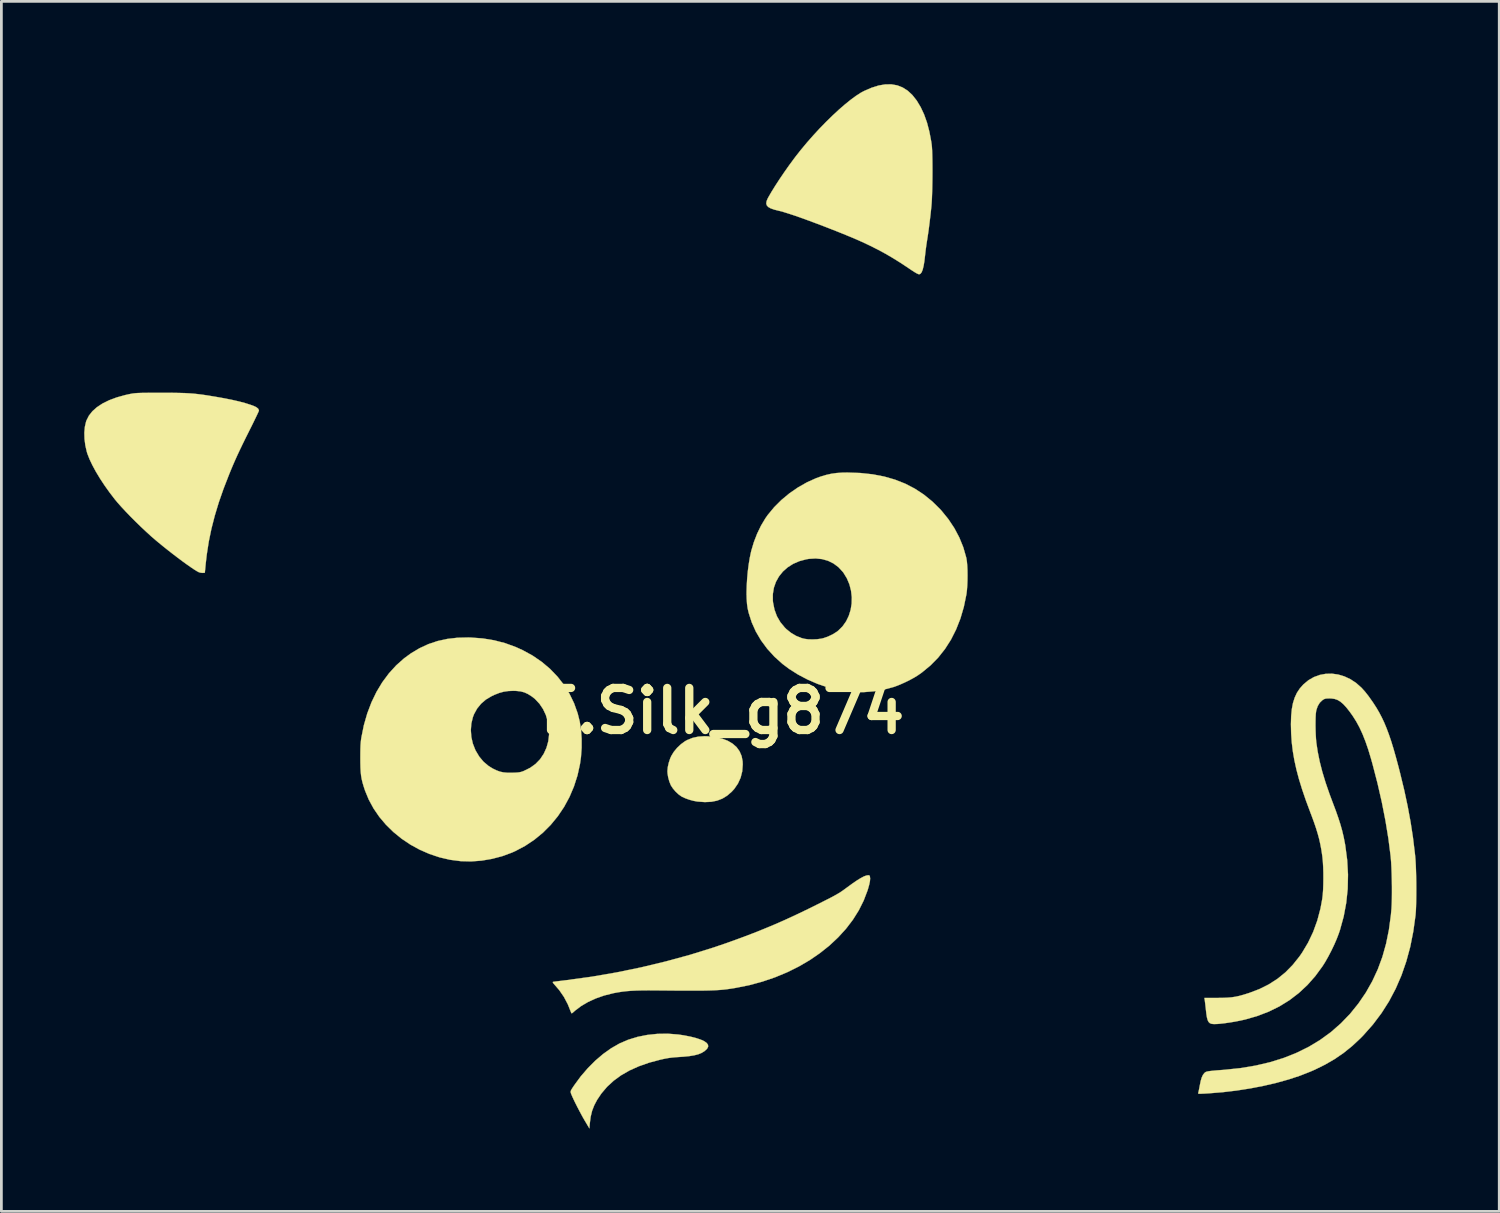
<source format=kicad_pcb>
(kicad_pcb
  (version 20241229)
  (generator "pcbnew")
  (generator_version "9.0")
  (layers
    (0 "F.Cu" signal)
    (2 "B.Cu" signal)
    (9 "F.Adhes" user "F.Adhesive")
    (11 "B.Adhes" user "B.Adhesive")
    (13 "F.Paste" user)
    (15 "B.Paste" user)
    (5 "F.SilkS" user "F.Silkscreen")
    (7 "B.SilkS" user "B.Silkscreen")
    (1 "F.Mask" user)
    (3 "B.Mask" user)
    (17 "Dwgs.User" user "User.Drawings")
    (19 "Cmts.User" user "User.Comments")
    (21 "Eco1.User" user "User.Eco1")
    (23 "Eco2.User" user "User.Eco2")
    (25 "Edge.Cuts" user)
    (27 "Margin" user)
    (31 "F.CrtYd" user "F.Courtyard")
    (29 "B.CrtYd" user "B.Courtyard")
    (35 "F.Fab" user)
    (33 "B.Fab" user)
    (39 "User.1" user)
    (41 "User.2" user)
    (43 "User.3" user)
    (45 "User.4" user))
  (footprint "F.Silk_g874"
    (layer "F.Cu")
    (at 23.113 22.702)
    (property "Reference" "F.Silk_g874" (at 0 0 0) (layer "F.SilkS") (effects (font (size 1.524 1.524) (thickness 0.3))))
    (attr through_hole)
    (fp_poly (pts (xy -0.519 0.918) (xy -0.249 0.946) (xy -0.01 1.001) (xy 0.198 1.08) (xy 0.373 1.184) (xy 0.516 1.31) (xy 0.624 1.46) (xy 0.698 1.631) (xy 0.735 1.824) (xy 0.74 1.935) (xy 0.721 2.184) (xy 0.663 2.415) (xy 0.566 2.628) (xy 0.432 2.823) (xy 0.338 2.926) (xy 0.176 3.066) (xy 0.002 3.173) (xy -0.189 3.247) (xy -0.399 3.289) (xy -0.633 3.3) (xy -0.893 3.281) (xy -0.917 3.278) (xy -1.055 3.252) (xy -1.204 3.211) (xy -1.347 3.159) (xy -1.467 3.103) (xy -1.479 3.096) (xy -1.586 3.02) (xy -1.693 2.92) (xy -1.789 2.807) (xy -1.861 2.697) (xy -1.869 2.681) (xy -1.921 2.551) (xy -1.961 2.405) (xy -1.984 2.261) (xy -1.989 2.18) (xy -1.976 2.035) (xy -1.94 1.874) (xy -1.886 1.713) (xy -1.849 1.63) (xy -1.759 1.482) (xy -1.639 1.336) (xy -1.499 1.204) (xy -1.351 1.096) (xy -1.27 1.051) (xy -1.077 0.974) (xy -0.87 0.929) (xy -0.642 0.914) (xy -0.519 0.918)) (stroke (width 0.01) (type solid)) (fill yes) (layer "F.SilkS"))
    (fp_poly (pts (xy -1.6 11.718) (xy -1.398 11.748) (xy -1.152 11.796) (xy -0.945 11.849) (xy -0.778 11.905) (xy -0.651 11.964) (xy -0.564 12.027) (xy -0.518 12.093) (xy -0.514 12.161) (xy -0.551 12.232) (xy -0.566 12.249) (xy -0.65 12.324) (xy -0.75 12.385) (xy -0.871 12.434) (xy -1.019 12.472) (xy -1.197 12.501) (xy -1.41 12.522) (xy -1.527 12.53) (xy -1.694 12.541) (xy -1.832 12.554) (xy -1.957 12.571) (xy -2.084 12.594) (xy -2.226 12.625) (xy -2.239 12.628) (xy -2.649 12.737) (xy -3.022 12.868) (xy -3.361 13.02) (xy -3.665 13.194) (xy -3.935 13.391) (xy -4.174 13.611) (xy -4.381 13.855) (xy -4.533 14.081) (xy -4.639 14.281) (xy -4.717 14.482) (xy -4.769 14.697) (xy -4.8 14.936) (xy -4.815 15.119) (xy -4.978 14.846) (xy -5.041 14.737) (xy -5.111 14.609) (xy -5.184 14.472) (xy -5.257 14.332) (xy -5.326 14.195) (xy -5.387 14.07) (xy -5.436 13.962) (xy -5.471 13.88) (xy -5.485 13.843) (xy -5.493 13.809) (xy -5.493 13.779) (xy -5.482 13.744) (xy -5.456 13.696) (xy -5.411 13.627) (xy -5.364 13.557) (xy -5.128 13.235) (xy -4.871 12.937) (xy -4.599 12.664) (xy -4.315 12.422) (xy -4.024 12.215) (xy -3.729 12.046) (xy -3.726 12.044) (xy -3.413 11.909) (xy -3.076 11.805) (xy -2.721 11.734) (xy -2.353 11.695) (xy -1.977 11.689) (xy -1.6 11.718)) (stroke (width 0.01) (type solid)) (fill yes) (layer "F.SilkS"))
    (fp_poly (pts (xy 6.336 -22.66) (xy 6.532 -22.583) (xy 6.713 -22.468) (xy 6.881 -22.312) (xy 7.035 -22.118) (xy 7.043 -22.107) (xy 7.187 -21.867) (xy 7.31 -21.602) (xy 7.414 -21.309) (xy 7.499 -20.983) (xy 7.567 -20.623) (xy 7.582 -20.521) (xy 7.591 -20.431) (xy 7.599 -20.305) (xy 7.604 -20.149) (xy 7.608 -19.968) (xy 7.61 -19.77) (xy 7.611 -19.559) (xy 7.61 -19.343) (xy 7.607 -19.127) (xy 7.603 -18.917) (xy 7.597 -18.72) (xy 7.59 -18.541) (xy 7.581 -18.386) (xy 7.571 -18.267) (xy 7.541 -17.985) (xy 7.508 -17.704) (xy 7.474 -17.434) (xy 7.438 -17.187) (xy 7.408 -16.997) (xy 7.388 -16.865) (xy 7.368 -16.716) (xy 7.351 -16.573) (xy 7.344 -16.51) (xy 7.319 -16.294) (xy 7.29 -16.12) (xy 7.257 -15.986) (xy 7.219 -15.891) (xy 7.175 -15.835) (xy 7.133 -15.817) (xy 7.099 -15.824) (xy 7.042 -15.85) (xy 6.96 -15.898) (xy 6.849 -15.97) (xy 6.752 -16.035) (xy 6.47 -16.223) (xy 6.194 -16.395) (xy 5.92 -16.556) (xy 5.639 -16.708) (xy 5.347 -16.855) (xy 5.036 -17.001) (xy 4.699 -17.148) (xy 4.331 -17.299) (xy 4.149 -17.372) (xy 3.789 -17.513) (xy 3.454 -17.641) (xy 3.146 -17.756) (xy 2.867 -17.857) (xy 2.62 -17.944) (xy 2.404 -18.015) (xy 2.224 -18.071) (xy 2.079 -18.11) (xy 2.043 -18.119) (xy 1.876 -18.161) (xy 1.75 -18.206) (xy 1.662 -18.256) (xy 1.61 -18.315) (xy 1.591 -18.384) (xy 1.604 -18.468) (xy 1.646 -18.568) (xy 1.665 -18.603) (xy 1.781 -18.804) (xy 1.92 -19.028) (xy 2.077 -19.269) (xy 2.245 -19.517) (xy 2.42 -19.765) (xy 2.596 -20.004) (xy 2.642 -20.066) (xy 2.847 -20.326) (xy 3.064 -20.587) (xy 3.29 -20.844) (xy 3.521 -21.095) (xy 3.755 -21.335) (xy 3.988 -21.563) (xy 4.216 -21.775) (xy 4.437 -21.967) (xy 4.646 -22.136) (xy 4.84 -22.279) (xy 5.016 -22.393) (xy 5.13 -22.454) (xy 5.403 -22.573) (xy 5.66 -22.654) (xy 5.9 -22.695) (xy 6.126 -22.697) (xy 6.336 -22.66)) (stroke (width 0.01) (type solid)) (fill yes) (layer "F.SilkS"))
    (fp_poly (pts (xy -20.068 -11.524) (xy -19.841 -11.523) (xy -19.643 -11.519) (xy -19.467 -11.514) (xy -19.306 -11.505) (xy -19.154 -11.494) (xy -19.005 -11.478) (xy -18.85 -11.459) (xy -18.684 -11.435) (xy -18.5 -11.405) (xy -18.383 -11.386) (xy -18.049 -11.327) (xy -17.754 -11.268) (xy -17.496 -11.209) (xy -17.271 -11.148) (xy -17.077 -11.086) (xy -16.99 -11.055) (xy -16.883 -11.005) (xy -16.816 -10.954) (xy -16.787 -10.899) (xy -16.785 -10.879) (xy -16.794 -10.853) (xy -16.821 -10.794) (xy -16.862 -10.706) (xy -16.916 -10.594) (xy -16.98 -10.462) (xy -17.052 -10.316) (xy -17.12 -10.18) (xy -17.252 -9.917) (xy -17.366 -9.685) (xy -17.467 -9.475) (xy -17.558 -9.282) (xy -17.641 -9.098) (xy -17.721 -8.915) (xy -17.8 -8.728) (xy -17.859 -8.583) (xy -18.063 -8.059) (xy -18.238 -7.558) (xy -18.384 -7.075) (xy -18.505 -6.603) (xy -18.601 -6.138) (xy -18.673 -5.673) (xy -18.71 -5.355) (xy -18.744 -5.006) (xy -18.818 -5.001) (xy -18.891 -5.007) (xy -18.96 -5.026) (xy -19.032 -5.064) (xy -19.132 -5.126) (xy -19.256 -5.21) (xy -19.4 -5.311) (xy -19.559 -5.426) (xy -19.73 -5.554) (xy -19.908 -5.69) (xy -20.089 -5.831) (xy -20.269 -5.975) (xy -20.443 -6.118) (xy -20.521 -6.183) (xy -20.688 -6.327) (xy -20.867 -6.491) (xy -21.055 -6.667) (xy -21.244 -6.851) (xy -21.429 -7.036) (xy -21.604 -7.217) (xy -21.763 -7.388) (xy -21.9 -7.542) (xy -22 -7.662) (xy -22.194 -7.915) (xy -22.375 -8.169) (xy -22.541 -8.421) (xy -22.689 -8.666) (xy -22.815 -8.899) (xy -22.918 -9.115) (xy -22.994 -9.308) (xy -23.019 -9.387) (xy -23.072 -9.62) (xy -23.102 -9.854) (xy -23.108 -10.081) (xy -23.089 -10.293) (xy -23.046 -10.48) (xy -23.03 -10.525) (xy -22.942 -10.698) (xy -22.815 -10.858) (xy -22.65 -11.005) (xy -22.447 -11.138) (xy -22.21 -11.255) (xy -21.937 -11.357) (xy -21.632 -11.442) (xy -21.484 -11.475) (xy -21.423 -11.487) (xy -21.367 -11.497) (xy -21.311 -11.505) (xy -21.25 -11.511) (xy -21.179 -11.516) (xy -21.094 -11.519) (xy -20.989 -11.522) (xy -20.86 -11.523) (xy -20.703 -11.524) (xy -20.512 -11.525) (xy -20.331 -11.525) (xy -20.068 -11.524)) (stroke (width 0.01) (type solid)) (fill yes) (layer "F.SilkS"))
    (fp_poly (pts (xy 5.33 5.959) (xy 5.344 5.991) (xy 5.346 6) (xy 5.354 6.073) (xy 5.345 6.17) (xy 5.319 6.294) (xy 5.275 6.45) (xy 5.26 6.499) (xy 5.12 6.866) (xy 4.942 7.222) (xy 4.727 7.564) (xy 4.477 7.891) (xy 4.193 8.202) (xy 3.879 8.496) (xy 3.535 8.77) (xy 3.165 9.024) (xy 2.769 9.255) (xy 2.35 9.463) (xy 1.91 9.646) (xy 1.452 9.802) (xy 0.976 9.931) (xy 0.485 10.029) (xy 0.476 10.031) (xy 0.365 10.049) (xy 0.26 10.065) (xy 0.158 10.079) (xy 0.056 10.091) (xy -0.05 10.101) (xy -0.163 10.109) (xy -0.286 10.116) (xy -0.422 10.121) (xy -0.574 10.125) (xy -0.746 10.128) (xy -0.941 10.129) (xy -1.161 10.129) (xy -1.411 10.129) (xy -1.694 10.127) (xy -2.012 10.124) (xy -2.369 10.121) (xy -2.402 10.121) (xy -2.674 10.119) (xy -2.91 10.121) (xy -3.117 10.126) (xy -3.3 10.135) (xy -3.466 10.148) (xy -3.623 10.166) (xy -3.775 10.19) (xy -3.929 10.218) (xy -3.96 10.225) (xy -4.281 10.306) (xy -4.584 10.412) (xy -4.864 10.54) (xy -5.115 10.688) (xy -5.333 10.853) (xy -5.371 10.887) (xy -5.422 10.932) (xy -5.451 10.95) (xy -5.467 10.945) (xy -5.474 10.93) (xy -5.595 10.627) (xy -5.738 10.356) (xy -5.905 10.113) (xy -6.06 9.933) (xy -6.118 9.867) (xy -6.141 9.827) (xy -6.136 9.813) (xy -6.107 9.808) (xy -6.043 9.799) (xy -5.949 9.787) (xy -5.833 9.773) (xy -5.7 9.756) (xy -5.633 9.748) (xy -4.741 9.626) (xy -3.841 9.471) (xy -2.94 9.286) (xy -2.046 9.071) (xy -1.167 8.831) (xy -0.312 8.565) (xy 0.182 8.396) (xy 0.644 8.229) (xy 1.076 8.066) (xy 1.488 7.902) (xy 1.889 7.735) (xy 2.289 7.559) (xy 2.697 7.37) (xy 3.124 7.165) (xy 3.45 7.003) (xy 3.643 6.906) (xy 3.803 6.825) (xy 3.936 6.757) (xy 4.046 6.698) (xy 4.139 6.646) (xy 4.22 6.598) (xy 4.295 6.551) (xy 4.368 6.501) (xy 4.444 6.446) (xy 4.525 6.386) (xy 4.719 6.245) (xy 4.883 6.133) (xy 5.02 6.049) (xy 5.131 5.991) (xy 5.218 5.96) (xy 5.247 5.954) (xy 5.302 5.949) (xy 5.33 5.959)) (stroke (width 0.01) (type solid)) (fill yes) (layer "F.SilkS"))
    (fp_poly (pts (xy -9.112 -2.66) (xy -8.678 -2.628) (xy -8.265 -2.56) (xy -7.868 -2.457) (xy -7.481 -2.316) (xy -7.226 -2.2) (xy -6.869 -2.004) (xy -6.54 -1.778) (xy -6.24 -1.525) (xy -5.972 -1.246) (xy -5.736 -0.945) (xy -5.535 -0.621) (xy -5.369 -0.277) (xy -5.24 0.084) (xy -5.166 0.378) (xy -5.119 0.678) (xy -5.096 1.001) (xy -5.096 1.335) (xy -5.12 1.669) (xy -5.155 1.919) (xy -5.246 2.334) (xy -5.374 2.733) (xy -5.536 3.114) (xy -5.731 3.474) (xy -5.958 3.811) (xy -6.214 4.123) (xy -6.497 4.407) (xy -6.807 4.662) (xy -7.141 4.885) (xy -7.497 5.074) (xy -7.62 5.129) (xy -7.976 5.26) (xy -8.347 5.357) (xy -8.724 5.421) (xy -9.101 5.449) (xy -9.467 5.44) (xy -9.476 5.439) (xy -9.863 5.389) (xy -10.241 5.301) (xy -10.609 5.178) (xy -10.964 5.023) (xy -11.301 4.838) (xy -11.619 4.624) (xy -11.914 4.384) (xy -12.183 4.12) (xy -12.424 3.835) (xy -12.633 3.53) (xy -12.808 3.207) (xy -12.942 2.882) (xy -12.992 2.73) (xy -13.032 2.594) (xy -13.062 2.468) (xy -13.084 2.34) (xy -13.098 2.204) (xy -13.107 2.049) (xy -13.111 1.867) (xy -13.112 1.714) (xy -13.111 1.525) (xy -13.109 1.37) (xy -13.104 1.242) (xy -13.096 1.133) (xy -13.085 1.035) (xy -13.074 0.963) (xy -13.02 0.696) (xy -9.109 0.696) (xy -9.091 0.942) (xy -9.036 1.184) (xy -8.945 1.415) (xy -8.938 1.429) (xy -8.807 1.649) (xy -8.65 1.837) (xy -8.466 1.993) (xy -8.312 2.087) (xy -8.179 2.151) (xy -8.057 2.196) (xy -7.934 2.223) (xy -7.797 2.236) (xy -7.632 2.237) (xy -7.609 2.237) (xy -7.49 2.233) (xy -7.401 2.227) (xy -7.332 2.217) (xy -7.271 2.202) (xy -7.207 2.179) (xy -7.186 2.17) (xy -6.96 2.058) (xy -6.765 1.918) (xy -6.601 1.749) (xy -6.469 1.551) (xy -6.37 1.334) (xy -6.304 1.098) (xy -6.275 0.856) (xy -6.281 0.613) (xy -6.32 0.375) (xy -6.392 0.146) (xy -6.493 -0.069) (xy -6.624 -0.263) (xy -6.781 -0.431) (xy -6.903 -0.528) (xy -7.04 -0.614) (xy -7.17 -0.674) (xy -7.307 -0.71) (xy -7.464 -0.727) (xy -7.578 -0.73) (xy -7.757 -0.722) (xy -7.92 -0.698) (xy -8.08 -0.654) (xy -8.251 -0.587) (xy -8.357 -0.537) (xy -8.56 -0.417) (xy -8.736 -0.266) (xy -8.881 -0.089) (xy -8.992 0.112) (xy -9.035 0.224) (xy -9.091 0.454) (xy -9.109 0.696) (xy -13.02 0.696) (xy -12.983 0.513) (xy -12.86 0.086) (xy -12.707 -0.316) (xy -12.525 -0.693) (xy -12.315 -1.042) (xy -12.077 -1.362) (xy -11.813 -1.652) (xy -11.524 -1.909) (xy -11.281 -2.086) (xy -10.97 -2.272) (xy -10.649 -2.421) (xy -10.314 -2.533) (xy -9.963 -2.61) (xy -9.591 -2.653) (xy -9.196 -2.662) (xy -9.112 -2.66)) (stroke (width 0.01) (type solid)) (fill yes) (layer "F.SilkS"))
    (fp_poly (pts (xy 4.999 -8.62) (xy 5.444 -8.572) (xy 5.862 -8.492) (xy 6.255 -8.379) (xy 6.625 -8.233) (xy 6.972 -8.053) (xy 7.299 -7.838) (xy 7.605 -7.589) (xy 7.893 -7.305) (xy 7.935 -7.259) (xy 8.186 -6.95) (xy 8.403 -6.624) (xy 8.584 -6.282) (xy 8.727 -5.931) (xy 8.83 -5.572) (xy 8.841 -5.524) (xy 8.858 -5.412) (xy 8.871 -5.266) (xy 8.879 -5.098) (xy 8.881 -4.916) (xy 8.879 -4.73) (xy 8.872 -4.549) (xy 8.86 -4.383) (xy 8.843 -4.241) (xy 8.84 -4.223) (xy 8.748 -3.773) (xy 8.624 -3.35) (xy 8.468 -2.954) (xy 8.282 -2.585) (xy 8.064 -2.244) (xy 7.816 -1.931) (xy 7.537 -1.648) (xy 7.229 -1.394) (xy 7.085 -1.293) (xy 6.952 -1.211) (xy 6.791 -1.123) (xy 6.616 -1.037) (xy 6.44 -0.958) (xy 6.277 -0.894) (xy 6.205 -0.869) (xy 5.857 -0.775) (xy 5.49 -0.712) (xy 5.116 -0.682) (xy 4.747 -0.685) (xy 4.542 -0.702) (xy 4.183 -0.761) (xy 3.816 -0.856) (xy 3.448 -0.982) (xy 3.088 -1.138) (xy 2.744 -1.319) (xy 2.423 -1.522) (xy 2.18 -1.704) (xy 1.887 -1.968) (xy 1.627 -2.253) (xy 1.403 -2.556) (xy 1.215 -2.875) (xy 1.066 -3.208) (xy 0.955 -3.552) (xy 0.917 -3.717) (xy 0.894 -3.881) (xy 0.881 -4.078) (xy 0.878 -4.235) (xy 1.829 -4.235) (xy 1.83 -3.994) (xy 1.837 -3.929) (xy 1.889 -3.67) (xy 1.977 -3.432) (xy 2.102 -3.216) (xy 2.264 -3.02) (xy 2.315 -2.969) (xy 2.486 -2.831) (xy 2.675 -2.719) (xy 2.873 -2.64) (xy 2.974 -2.614) (xy 3.11 -2.596) (xy 3.268 -2.592) (xy 3.431 -2.599) (xy 3.582 -2.619) (xy 3.651 -2.635) (xy 3.82 -2.692) (xy 3.989 -2.772) (xy 4.141 -2.866) (xy 4.196 -2.908) (xy 4.354 -3.064) (xy 4.482 -3.245) (xy 4.58 -3.447) (xy 4.648 -3.664) (xy 4.684 -3.891) (xy 4.689 -4.124) (xy 4.662 -4.356) (xy 4.604 -4.584) (xy 4.512 -4.803) (xy 4.388 -5.006) (xy 4.361 -5.041) (xy 4.206 -5.209) (xy 4.028 -5.342) (xy 3.83 -5.44) (xy 3.614 -5.501) (xy 3.382 -5.525) (xy 3.138 -5.51) (xy 3.045 -5.495) (xy 2.793 -5.428) (xy 2.566 -5.33) (xy 2.366 -5.203) (xy 2.193 -5.05) (xy 2.052 -4.874) (xy 1.942 -4.678) (xy 1.867 -4.464) (xy 1.829 -4.235) (xy 0.878 -4.235) (xy 0.877 -4.301) (xy 0.884 -4.543) (xy 0.899 -4.795) (xy 0.922 -5.051) (xy 0.954 -5.302) (xy 0.993 -5.542) (xy 1.04 -5.764) (xy 1.049 -5.803) (xy 1.142 -6.115) (xy 1.261 -6.422) (xy 1.402 -6.714) (xy 1.56 -6.979) (xy 1.646 -7.101) (xy 1.878 -7.381) (xy 2.142 -7.644) (xy 2.432 -7.885) (xy 2.743 -8.099) (xy 3.067 -8.283) (xy 3.398 -8.432) (xy 3.554 -8.488) (xy 3.756 -8.549) (xy 3.946 -8.592) (xy 4.138 -8.619) (xy 4.347 -8.633) (xy 4.528 -8.636) (xy 4.999 -8.62)) (stroke (width 0.01) (type solid)) (fill yes) (layer "F.SilkS"))
    (fp_poly (pts (xy 22.307 -1.32) (xy 22.531 -1.253) (xy 22.749 -1.151) (xy 22.957 -1.014) (xy 23.151 -0.842) (xy 23.16 -0.832) (xy 23.281 -0.697) (xy 23.411 -0.531) (xy 23.553 -0.33) (xy 23.582 -0.287) (xy 23.691 -0.118) (xy 23.792 0.055) (xy 23.886 0.234) (xy 23.976 0.425) (xy 24.061 0.631) (xy 24.145 0.855) (xy 24.229 1.103) (xy 24.313 1.378) (xy 24.4 1.685) (xy 24.492 2.026) (xy 24.55 2.254) (xy 24.698 2.865) (xy 24.823 3.45) (xy 24.928 4.017) (xy 25.014 4.575) (xy 25.082 5.133) (xy 25.097 5.271) (xy 25.108 5.413) (xy 25.118 5.587) (xy 25.125 5.786) (xy 25.131 6.001) (xy 25.135 6.226) (xy 25.136 6.454) (xy 25.135 6.677) (xy 25.132 6.888) (xy 25.127 7.08) (xy 25.12 7.245) (xy 25.11 7.377) (xy 25.108 7.398) (xy 25.027 7.984) (xy 24.916 8.543) (xy 24.772 9.074) (xy 24.597 9.579) (xy 24.389 10.058) (xy 24.149 10.513) (xy 23.875 10.944) (xy 23.568 11.352) (xy 23.227 11.738) (xy 23.109 11.859) (xy 22.812 12.136) (xy 22.505 12.384) (xy 22.181 12.606) (xy 21.833 12.808) (xy 21.454 12.995) (xy 21.304 13.06) (xy 20.928 13.208) (xy 20.517 13.344) (xy 20.076 13.467) (xy 19.61 13.576) (xy 19.126 13.67) (xy 18.628 13.748) (xy 18.123 13.808) (xy 17.616 13.849) (xy 17.491 13.857) (xy 17.381 13.862) (xy 17.306 13.865) (xy 17.261 13.863) (xy 17.239 13.857) (xy 17.234 13.846) (xy 17.238 13.831) (xy 17.248 13.794) (xy 17.263 13.726) (xy 17.28 13.637) (xy 17.294 13.563) (xy 17.327 13.401) (xy 17.364 13.275) (xy 17.408 13.181) (xy 17.461 13.113) (xy 17.469 13.105) (xy 17.49 13.088) (xy 17.517 13.073) (xy 17.554 13.061) (xy 17.606 13.05) (xy 17.678 13.04) (xy 17.775 13.03) (xy 17.901 13.018) (xy 18.061 13.006) (xy 18.181 12.997) (xy 18.762 12.936) (xy 19.315 12.844) (xy 19.839 12.721) (xy 20.336 12.566) (xy 20.805 12.379) (xy 21.246 12.161) (xy 21.66 11.91) (xy 22.047 11.628) (xy 22.406 11.313) (xy 22.739 10.967) (xy 23.04 10.594) (xy 23.308 10.201) (xy 23.541 9.789) (xy 23.741 9.358) (xy 23.908 8.905) (xy 24.042 8.428) (xy 24.144 7.926) (xy 24.215 7.397) (xy 24.237 7.158) (xy 24.245 6.999) (xy 24.251 6.808) (xy 24.253 6.592) (xy 24.253 6.361) (xy 24.249 6.125) (xy 24.243 5.891) (xy 24.235 5.67) (xy 24.224 5.469) (xy 24.21 5.299) (xy 24.205 5.249) (xy 24.125 4.621) (xy 24.018 3.968) (xy 23.886 3.297) (xy 23.73 2.615) (xy 23.552 1.929) (xy 23.498 1.736) (xy 23.398 1.403) (xy 23.296 1.107) (xy 23.191 0.841) (xy 23.08 0.6) (xy 22.96 0.379) (xy 22.828 0.171) (xy 22.719 0.019) (xy 22.597 -0.135) (xy 22.486 -0.254) (xy 22.382 -0.342) (xy 22.279 -0.402) (xy 22.172 -0.438) (xy 22.054 -0.454) (xy 21.999 -0.455) (xy 21.91 -0.454) (xy 21.849 -0.447) (xy 21.802 -0.432) (xy 21.756 -0.405) (xy 21.735 -0.391) (xy 21.64 -0.3) (xy 21.566 -0.179) (xy 21.516 -0.034) (xy 21.507 0.012) (xy 21.496 0.101) (xy 21.489 0.224) (xy 21.486 0.37) (xy 21.485 0.532) (xy 21.488 0.699) (xy 21.494 0.862) (xy 21.503 1.013) (xy 21.515 1.143) (xy 21.515 1.143) (xy 21.565 1.478) (xy 21.636 1.829) (xy 21.73 2.198) (xy 21.849 2.59) (xy 21.993 3.008) (xy 22.115 3.334) (xy 22.223 3.621) (xy 22.313 3.879) (xy 22.389 4.116) (xy 22.452 4.341) (xy 22.504 4.561) (xy 22.548 4.786) (xy 22.563 4.868) (xy 22.633 5.402) (xy 22.662 5.927) (xy 22.651 6.444) (xy 22.598 6.95) (xy 22.505 7.447) (xy 22.371 7.933) (xy 22.329 8.057) (xy 22.256 8.249) (xy 22.164 8.462) (xy 22.058 8.683) (xy 21.945 8.899) (xy 21.832 9.098) (xy 21.743 9.239) (xy 21.48 9.599) (xy 21.193 9.924) (xy 20.881 10.215) (xy 20.544 10.473) (xy 20.18 10.698) (xy 19.79 10.89) (xy 19.373 11.049) (xy 18.94 11.174) (xy 18.765 11.213) (xy 18.572 11.251) (xy 18.374 11.284) (xy 18.183 11.311) (xy 18.012 11.33) (xy 17.907 11.338) (xy 17.802 11.34) (xy 17.721 11.332) (xy 17.659 11.308) (xy 17.612 11.263) (xy 17.578 11.194) (xy 17.552 11.096) (xy 17.531 10.963) (xy 17.517 10.837) (xy 17.504 10.722) (xy 17.492 10.616) (xy 17.481 10.53) (xy 17.474 10.472) (xy 17.472 10.462) (xy 17.461 10.393) (xy 17.918 10.393) (xy 18.121 10.391) (xy 18.293 10.384) (xy 18.444 10.371) (xy 18.586 10.35) (xy 18.729 10.319) (xy 18.884 10.276) (xy 19.062 10.22) (xy 19.084 10.213) (xy 19.454 10.072) (xy 19.794 9.902) (xy 20.107 9.701) (xy 20.395 9.467) (xy 20.659 9.198) (xy 20.903 8.893) (xy 20.999 8.755) (xy 21.216 8.391) (xy 21.4 8.003) (xy 21.55 7.59) (xy 21.665 7.156) (xy 21.73 6.805) (xy 21.747 6.661) (xy 21.76 6.485) (xy 21.767 6.286) (xy 21.77 6.074) (xy 21.769 5.859) (xy 21.763 5.651) (xy 21.752 5.46) (xy 21.736 5.295) (xy 21.731 5.251) (xy 21.699 5.037) (xy 21.662 4.838) (xy 21.62 4.647) (xy 21.568 4.454) (xy 21.506 4.251) (xy 21.431 4.031) (xy 21.341 3.785) (xy 21.294 3.662) (xy 21.136 3.237) (xy 21.001 2.842) (xy 20.887 2.471) (xy 20.794 2.121) (xy 20.72 1.785) (xy 20.664 1.459) (xy 20.625 1.138) (xy 20.603 0.816) (xy 20.595 0.488) (xy 20.595 0.476) (xy 20.603 0.188) (xy 20.627 -0.065) (xy 20.669 -0.287) (xy 20.731 -0.483) (xy 20.812 -0.658) (xy 20.916 -0.815) (xy 21.043 -0.958) (xy 21.048 -0.963) (xy 21.229 -1.114) (xy 21.427 -1.228) (xy 21.637 -1.305) (xy 21.857 -1.346) (xy 22.081 -1.351) (xy 22.307 -1.32)) (stroke (width 0.01) (type solid)) (fill yes) (layer "F.SilkS")))
  (gr_rect
    (start -3 -3)
    (end 51.253 40.826)
    (stroke (width 0.1) (type default))
    (fill no)
    (layer "Edge.Cuts")))
</source>
